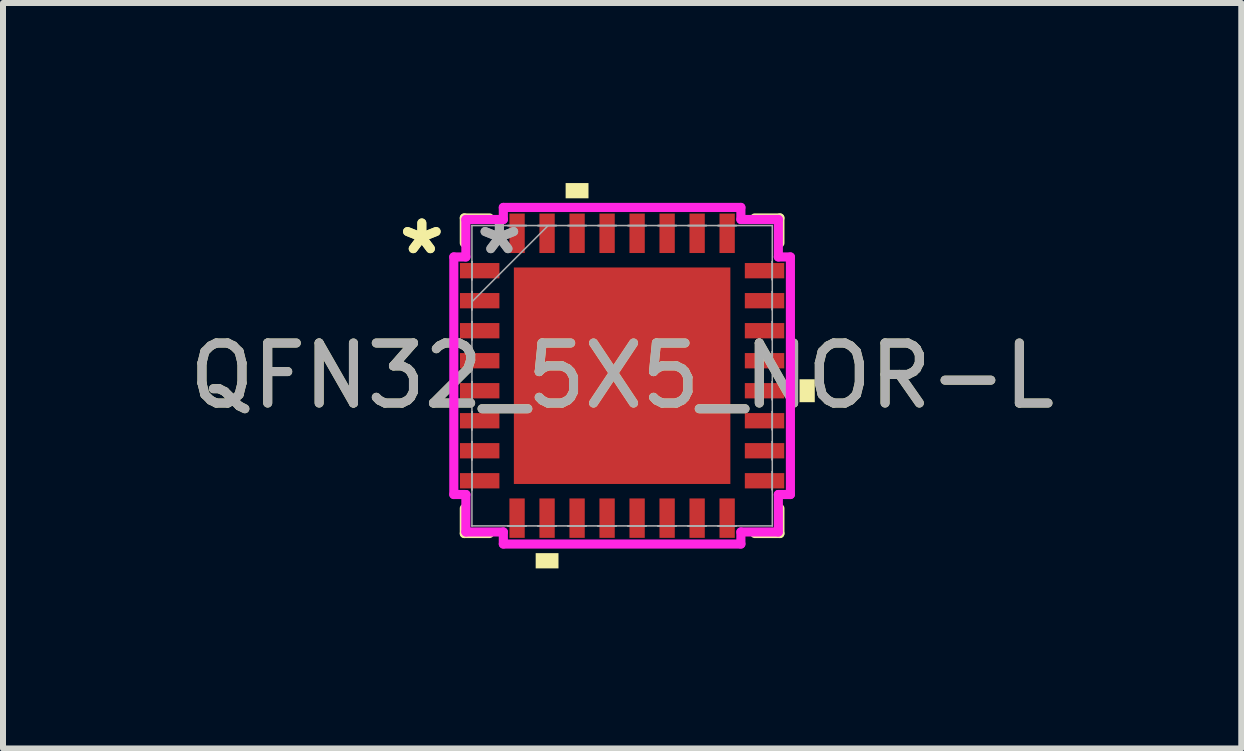
<source format=kicad_pcb>
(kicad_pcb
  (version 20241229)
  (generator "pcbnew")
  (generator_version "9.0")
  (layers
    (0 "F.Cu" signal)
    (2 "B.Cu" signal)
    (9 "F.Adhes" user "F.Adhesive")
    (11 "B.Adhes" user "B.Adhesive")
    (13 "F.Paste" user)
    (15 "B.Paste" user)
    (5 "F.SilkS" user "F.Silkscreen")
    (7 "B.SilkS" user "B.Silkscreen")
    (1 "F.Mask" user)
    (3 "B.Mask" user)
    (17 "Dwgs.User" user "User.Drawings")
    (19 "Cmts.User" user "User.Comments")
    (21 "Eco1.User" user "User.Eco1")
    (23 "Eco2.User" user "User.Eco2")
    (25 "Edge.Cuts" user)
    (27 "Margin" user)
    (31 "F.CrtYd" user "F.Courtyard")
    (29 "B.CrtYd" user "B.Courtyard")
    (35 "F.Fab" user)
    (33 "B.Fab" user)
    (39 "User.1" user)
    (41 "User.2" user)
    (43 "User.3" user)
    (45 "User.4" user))
  (footprint "QFN32_5X5_NOR-L"
    (layer "F.Cu")
    (at 7.315 3.21)
    (property "Reference" "QFN32_5X5_NOR-L" (at 0 0 0) (unlocked yes) (layer "F.SilkS") (effects (font (size 1 1) (thickness 0.15))))
    (attr smd)
    (fp_line (start -2.629 -2.629) (end -2.629 -2.21) (stroke (width 0.152) (type solid)) (layer "F.SilkS"))
    (fp_line (start -2.629 2.21) (end -2.629 2.629) (stroke (width 0.152) (type solid)) (layer "F.SilkS"))
    (fp_line (start -2.629 2.629) (end -2.21 2.629) (stroke (width 0.152) (type solid)) (layer "F.SilkS"))
    (fp_line (start -2.21 -2.629) (end -2.629 -2.629) (stroke (width 0.152) (type solid)) (layer "F.SilkS"))
    (fp_line (start 2.21 2.629) (end 2.629 2.629) (stroke (width 0.152) (type solid)) (layer "F.SilkS"))
    (fp_line (start 2.629 -2.629) (end 2.21 -2.629) (stroke (width 0.152) (type solid)) (layer "F.SilkS"))
    (fp_line (start 2.629 -2.21) (end 2.629 -2.629) (stroke (width 0.152) (type solid)) (layer "F.SilkS"))
    (fp_line (start 2.629 2.629) (end 2.629 2.21) (stroke (width 0.152) (type solid)) (layer "F.SilkS"))
    (fp_poly (pts (xy -1.44 2.956) (xy -1.44 3.21) (xy -1.06 3.21) (xy -1.06 2.956)) (stroke (width 0) (type solid)) (fill yes) (layer "F.SilkS"))
    (fp_poly (pts (xy -0.941 -2.956) (xy -0.941 -3.21) (xy -0.56 -3.21) (xy -0.56 -2.956)) (stroke (width 0) (type solid)) (fill yes) (layer "F.SilkS"))
    (fp_poly (pts (xy 3.21 0.059) (xy 3.21 0.441) (xy 2.956 0.441) (xy 2.956 0.059)) (stroke (width 0) (type solid)) (fill yes) (layer "F.SilkS"))
    (fp_poly (pts (xy -1.703 -1.703) (xy -1.703 -0.1) (xy -0.1 -0.1) (xy -0.1 -1.703)) (stroke (width 0) (type solid)) (fill yes) (layer "F.Paste"))
    (fp_poly (pts (xy -1.703 0.1) (xy -1.703 1.703) (xy -0.1 1.703) (xy -0.1 0.1)) (stroke (width 0) (type solid)) (fill yes) (layer "F.Paste"))
    (fp_poly (pts (xy 0.1 -1.703) (xy 0.1 -0.1) (xy 1.703 -0.1) (xy 1.703 -1.703)) (stroke (width 0) (type solid)) (fill yes) (layer "F.Paste"))
    (fp_poly (pts (xy 0.1 0.1) (xy 0.1 1.703) (xy 1.703 1.703) (xy 1.703 0.1)) (stroke (width 0) (type solid)) (fill yes) (layer "F.Paste"))
    (fp_line (start -2.804 -1.979) (end -2.603 -1.979) (stroke (width 0.152) (type solid)) (layer "F.CrtYd"))
    (fp_line (start -2.804 1.979) (end -2.804 -1.979) (stroke (width 0.152) (type solid)) (layer "F.CrtYd"))
    (fp_line (start -2.603 -2.603) (end -1.979 -2.603) (stroke (width 0.152) (type solid)) (layer "F.CrtYd"))
    (fp_line (start -2.603 -1.979) (end -2.603 -2.603) (stroke (width 0.152) (type solid)) (layer "F.CrtYd"))
    (fp_line (start -2.603 1.979) (end -2.804 1.979) (stroke (width 0.152) (type solid)) (layer "F.CrtYd"))
    (fp_line (start -2.603 2.603) (end -2.603 1.979) (stroke (width 0.152) (type solid)) (layer "F.CrtYd"))
    (fp_line (start -1.979 -2.804) (end 1.979 -2.804) (stroke (width 0.152) (type solid)) (layer "F.CrtYd"))
    (fp_line (start -1.979 -2.603) (end -1.979 -2.804) (stroke (width 0.152) (type solid)) (layer "F.CrtYd"))
    (fp_line (start -1.979 2.603) (end -2.603 2.603) (stroke (width 0.152) (type solid)) (layer "F.CrtYd"))
    (fp_line (start -1.979 2.804) (end -1.979 2.603) (stroke (width 0.152) (type solid)) (layer "F.CrtYd"))
    (fp_line (start 1.979 -2.804) (end 1.979 -2.603) (stroke (width 0.152) (type solid)) (layer "F.CrtYd"))
    (fp_line (start 1.979 -2.603) (end 2.603 -2.603) (stroke (width 0.152) (type solid)) (layer "F.CrtYd"))
    (fp_line (start 1.979 2.603) (end 1.979 2.804) (stroke (width 0.152) (type solid)) (layer "F.CrtYd"))
    (fp_line (start 1.979 2.804) (end -1.979 2.804) (stroke (width 0.152) (type solid)) (layer "F.CrtYd"))
    (fp_line (start 2.603 -2.603) (end 2.603 -1.979) (stroke (width 0.152) (type solid)) (layer "F.CrtYd"))
    (fp_line (start 2.603 -1.979) (end 2.804 -1.979) (stroke (width 0.152) (type solid)) (layer "F.CrtYd"))
    (fp_line (start 2.603 1.979) (end 2.603 2.603) (stroke (width 0.152) (type solid)) (layer "F.CrtYd"))
    (fp_line (start 2.603 2.603) (end 1.979 2.603) (stroke (width 0.152) (type solid)) (layer "F.CrtYd"))
    (fp_line (start 2.804 -1.979) (end 2.804 1.979) (stroke (width 0.152) (type solid)) (layer "F.CrtYd"))
    (fp_line (start 2.804 1.979) (end 2.603 1.979) (stroke (width 0.152) (type solid)) (layer "F.CrtYd"))
    (fp_line (start -2.502 -2.502) (end -2.502 -2.502) (stroke (width 0.025) (type solid)) (layer "F.Fab"))
    (fp_line (start -2.502 -2.502) (end -2.502 2.502) (stroke (width 0.025) (type solid)) (layer "F.Fab"))
    (fp_line (start -2.502 -1.902) (end -2.502 -1.902) (stroke (width 0.025) (type solid)) (layer "F.Fab"))
    (fp_line (start -2.502 -1.902) (end -2.502 -1.598) (stroke (width 0.025) (type solid)) (layer "F.Fab"))
    (fp_line (start -2.502 -1.598) (end -2.502 -1.902) (stroke (width 0.025) (type solid)) (layer "F.Fab"))
    (fp_line (start -2.502 -1.598) (end -2.502 -1.598) (stroke (width 0.025) (type solid)) (layer "F.Fab"))
    (fp_line (start -2.502 -1.402) (end -2.502 -1.402) (stroke (width 0.025) (type solid)) (layer "F.Fab"))
    (fp_line (start -2.502 -1.402) (end -2.502 -1.098) (stroke (width 0.025) (type solid)) (layer "F.Fab"))
    (fp_line (start -2.502 -1.232) (end -1.232 -2.502) (stroke (width 0.025) (type solid)) (layer "F.Fab"))
    (fp_line (start -2.502 -1.098) (end -2.502 -1.402) (stroke (width 0.025) (type solid)) (layer "F.Fab"))
    (fp_line (start -2.502 -1.098) (end -2.502 -1.098) (stroke (width 0.025) (type solid)) (layer "F.Fab"))
    (fp_line (start -2.502 -0.902) (end -2.502 -0.902) (stroke (width 0.025) (type solid)) (layer "F.Fab"))
    (fp_line (start -2.502 -0.902) (end -2.502 -0.598) (stroke (width 0.025) (type solid)) (layer "F.Fab"))
    (fp_line (start -2.502 -0.598) (end -2.502 -0.902) (stroke (width 0.025) (type solid)) (layer "F.Fab"))
    (fp_line (start -2.502 -0.598) (end -2.502 -0.598) (stroke (width 0.025) (type solid)) (layer "F.Fab"))
    (fp_line (start -2.502 -0.402) (end -2.502 -0.402) (stroke (width 0.025) (type solid)) (layer "F.Fab"))
    (fp_line (start -2.502 -0.402) (end -2.502 -0.098) (stroke (width 0.025) (type solid)) (layer "F.Fab"))
    (fp_line (start -2.502 -0.098) (end -2.502 -0.402) (stroke (width 0.025) (type solid)) (layer "F.Fab"))
    (fp_line (start -2.502 -0.098) (end -2.502 -0.098) (stroke (width 0.025) (type solid)) (layer "F.Fab"))
    (fp_line (start -2.502 0.098) (end -2.502 0.098) (stroke (width 0.025) (type solid)) (layer "F.Fab"))
    (fp_line (start -2.502 0.098) (end -2.502 0.402) (stroke (width 0.025) (type solid)) (layer "F.Fab"))
    (fp_line (start -2.502 0.402) (end -2.502 0.098) (stroke (width 0.025) (type solid)) (layer "F.Fab"))
    (fp_line (start -2.502 0.402) (end -2.502 0.402) (stroke (width 0.025) (type solid)) (layer "F.Fab"))
    (fp_line (start -2.502 0.598) (end -2.502 0.598) (stroke (width 0.025) (type solid)) (layer "F.Fab"))
    (fp_line (start -2.502 0.598) (end -2.502 0.902) (stroke (width 0.025) (type solid)) (layer "F.Fab"))
    (fp_line (start -2.502 0.902) (end -2.502 0.598) (stroke (width 0.025) (type solid)) (layer "F.Fab"))
    (fp_line (start -2.502 0.902) (end -2.502 0.902) (stroke (width 0.025) (type solid)) (layer "F.Fab"))
    (fp_line (start -2.502 1.098) (end -2.502 1.098) (stroke (width 0.025) (type solid)) (layer "F.Fab"))
    (fp_line (start -2.502 1.098) (end -2.502 1.402) (stroke (width 0.025) (type solid)) (layer "F.Fab"))
    (fp_line (start -2.502 1.402) (end -2.502 1.098) (stroke (width 0.025) (type solid)) (layer "F.Fab"))
    (fp_line (start -2.502 1.402) (end -2.502 1.402) (stroke (width 0.025) (type solid)) (layer "F.Fab"))
    (fp_line (start -2.502 1.598) (end -2.502 1.598) (stroke (width 0.025) (type solid)) (layer "F.Fab"))
    (fp_line (start -2.502 1.598) (end -2.502 1.902) (stroke (width 0.025) (type solid)) (layer "F.Fab"))
    (fp_line (start -2.502 1.902) (end -2.502 1.598) (stroke (width 0.025) (type solid)) (layer "F.Fab"))
    (fp_line (start -2.502 1.902) (end -2.502 1.902) (stroke (width 0.025) (type solid)) (layer "F.Fab"))
    (fp_line (start -2.502 2.502) (end -2.502 2.502) (stroke (width 0.025) (type solid)) (layer "F.Fab"))
    (fp_line (start -2.502 2.502) (end 2.502 2.502) (stroke (width 0.025) (type solid)) (layer "F.Fab"))
    (fp_line (start -1.902 -2.502) (end -1.902 -2.502) (stroke (width 0.025) (type solid)) (layer "F.Fab"))
    (fp_line (start -1.902 -2.502) (end -1.598 -2.502) (stroke (width 0.025) (type solid)) (layer "F.Fab"))
    (fp_line (start -1.902 2.502) (end -1.902 2.502) (stroke (width 0.025) (type solid)) (layer "F.Fab"))
    (fp_line (start -1.902 2.502) (end -1.598 2.502) (stroke (width 0.025) (type solid)) (layer "F.Fab"))
    (fp_line (start -1.598 -2.502) (end -1.902 -2.502) (stroke (width 0.025) (type solid)) (layer "F.Fab"))
    (fp_line (start -1.598 -2.502) (end -1.598 -2.502) (stroke (width 0.025) (type solid)) (layer "F.Fab"))
    (fp_line (start -1.598 2.502) (end -1.902 2.502) (stroke (width 0.025) (type solid)) (layer "F.Fab"))
    (fp_line (start -1.598 2.502) (end -1.598 2.502) (stroke (width 0.025) (type solid)) (layer "F.Fab"))
    (fp_line (start -1.402 -2.502) (end -1.402 -2.502) (stroke (width 0.025) (type solid)) (layer "F.Fab"))
    (fp_line (start -1.402 -2.502) (end -1.098 -2.502) (stroke (width 0.025) (type solid)) (layer "F.Fab"))
    (fp_line (start -1.402 2.502) (end -1.402 2.502) (stroke (width 0.025) (type solid)) (layer "F.Fab"))
    (fp_line (start -1.402 2.502) (end -1.098 2.502) (stroke (width 0.025) (type solid)) (layer "F.Fab"))
    (fp_line (start -1.098 -2.502) (end -1.402 -2.502) (stroke (width 0.025) (type solid)) (layer "F.Fab"))
    (fp_line (start -1.098 -2.502) (end -1.098 -2.502) (stroke (width 0.025) (type solid)) (layer "F.Fab"))
    (fp_line (start -1.098 2.502) (end -1.402 2.502) (stroke (width 0.025) (type solid)) (layer "F.Fab"))
    (fp_line (start -1.098 2.502) (end -1.098 2.502) (stroke (width 0.025) (type solid)) (layer "F.Fab"))
    (fp_line (start -0.902 -2.502) (end -0.902 -2.502) (stroke (width 0.025) (type solid)) (layer "F.Fab"))
    (fp_line (start -0.902 -2.502) (end -0.598 -2.502) (stroke (width 0.025) (type solid)) (layer "F.Fab"))
    (fp_line (start -0.902 2.502) (end -0.902 2.502) (stroke (width 0.025) (type solid)) (layer "F.Fab"))
    (fp_line (start -0.902 2.502) (end -0.598 2.502) (stroke (width 0.025) (type solid)) (layer "F.Fab"))
    (fp_line (start -0.598 -2.502) (end -0.902 -2.502) (stroke (width 0.025) (type solid)) (layer "F.Fab"))
    (fp_line (start -0.598 -2.502) (end -0.598 -2.502) (stroke (width 0.025) (type solid)) (layer "F.Fab"))
    (fp_line (start -0.598 2.502) (end -0.902 2.502) (stroke (width 0.025) (type solid)) (layer "F.Fab"))
    (fp_line (start -0.598 2.502) (end -0.598 2.502) (stroke (width 0.025) (type solid)) (layer "F.Fab"))
    (fp_line (start -0.402 -2.502) (end -0.402 -2.502) (stroke (width 0.025) (type solid)) (layer "F.Fab"))
    (fp_line (start -0.402 -2.502) (end -0.098 -2.502) (stroke (width 0.025) (type solid)) (layer "F.Fab"))
    (fp_line (start -0.402 2.502) (end -0.402 2.502) (stroke (width 0.025) (type solid)) (layer "F.Fab"))
    (fp_line (start -0.402 2.502) (end -0.098 2.502) (stroke (width 0.025) (type solid)) (layer "F.Fab"))
    (fp_line (start -0.098 -2.502) (end -0.402 -2.502) (stroke (width 0.025) (type solid)) (layer "F.Fab"))
    (fp_line (start -0.098 -2.502) (end -0.098 -2.502) (stroke (width 0.025) (type solid)) (layer "F.Fab"))
    (fp_line (start -0.098 2.502) (end -0.402 2.502) (stroke (width 0.025) (type solid)) (layer "F.Fab"))
    (fp_line (start -0.098 2.502) (end -0.098 2.502) (stroke (width 0.025) (type solid)) (layer "F.Fab"))
    (fp_line (start 0.098 -2.502) (end 0.098 -2.502) (stroke (width 0.025) (type solid)) (layer "F.Fab"))
    (fp_line (start 0.098 -2.502) (end 0.402 -2.502) (stroke (width 0.025) (type solid)) (layer "F.Fab"))
    (fp_line (start 0.098 2.502) (end 0.098 2.502) (stroke (width 0.025) (type solid)) (layer "F.Fab"))
    (fp_line (start 0.098 2.502) (end 0.402 2.502) (stroke (width 0.025) (type solid)) (layer "F.Fab"))
    (fp_line (start 0.402 -2.502) (end 0.098 -2.502) (stroke (width 0.025) (type solid)) (layer "F.Fab"))
    (fp_line (start 0.402 -2.502) (end 0.402 -2.502) (stroke (width 0.025) (type solid)) (layer "F.Fab"))
    (fp_line (start 0.402 2.502) (end 0.098 2.502) (stroke (width 0.025) (type solid)) (layer "F.Fab"))
    (fp_line (start 0.402 2.502) (end 0.402 2.502) (stroke (width 0.025) (type solid)) (layer "F.Fab"))
    (fp_line (start 0.598 -2.502) (end 0.598 -2.502) (stroke (width 0.025) (type solid)) (layer "F.Fab"))
    (fp_line (start 0.598 -2.502) (end 0.902 -2.502) (stroke (width 0.025) (type solid)) (layer "F.Fab"))
    (fp_line (start 0.598 2.502) (end 0.598 2.502) (stroke (width 0.025) (type solid)) (layer "F.Fab"))
    (fp_line (start 0.598 2.502) (end 0.902 2.502) (stroke (width 0.025) (type solid)) (layer "F.Fab"))
    (fp_line (start 0.902 -2.502) (end 0.598 -2.502) (stroke (width 0.025) (type solid)) (layer "F.Fab"))
    (fp_line (start 0.902 -2.502) (end 0.902 -2.502) (stroke (width 0.025) (type solid)) (layer "F.Fab"))
    (fp_line (start 0.902 2.502) (end 0.598 2.502) (stroke (width 0.025) (type solid)) (layer "F.Fab"))
    (fp_line (start 0.902 2.502) (end 0.902 2.502) (stroke (width 0.025) (type solid)) (layer "F.Fab"))
    (fp_line (start 1.098 -2.502) (end 1.098 -2.502) (stroke (width 0.025) (type solid)) (layer "F.Fab"))
    (fp_line (start 1.098 -2.502) (end 1.402 -2.502) (stroke (width 0.025) (type solid)) (layer "F.Fab"))
    (fp_line (start 1.098 2.502) (end 1.098 2.502) (stroke (width 0.025) (type solid)) (layer "F.Fab"))
    (fp_line (start 1.098 2.502) (end 1.402 2.502) (stroke (width 0.025) (type solid)) (layer "F.Fab"))
    (fp_line (start 1.402 -2.502) (end 1.098 -2.502) (stroke (width 0.025) (type solid)) (layer "F.Fab"))
    (fp_line (start 1.402 -2.502) (end 1.402 -2.502) (stroke (width 0.025) (type solid)) (layer "F.Fab"))
    (fp_line (start 1.402 2.502) (end 1.098 2.502) (stroke (width 0.025) (type solid)) (layer "F.Fab"))
    (fp_line (start 1.402 2.502) (end 1.402 2.502) (stroke (width 0.025) (type solid)) (layer "F.Fab"))
    (fp_line (start 1.598 -2.502) (end 1.598 -2.502) (stroke (width 0.025) (type solid)) (layer "F.Fab"))
    (fp_line (start 1.598 -2.502) (end 1.902 -2.502) (stroke (width 0.025) (type solid)) (layer "F.Fab"))
    (fp_line (start 1.598 2.502) (end 1.598 2.502) (stroke (width 0.025) (type solid)) (layer "F.Fab"))
    (fp_line (start 1.598 2.502) (end 1.902 2.502) (stroke (width 0.025) (type solid)) (layer "F.Fab"))
    (fp_line (start 1.902 -2.502) (end 1.598 -2.502) (stroke (width 0.025) (type solid)) (layer "F.Fab"))
    (fp_line (start 1.902 -2.502) (end 1.902 -2.502) (stroke (width 0.025) (type solid)) (layer "F.Fab"))
    (fp_line (start 1.902 2.502) (end 1.598 2.502) (stroke (width 0.025) (type solid)) (layer "F.Fab"))
    (fp_line (start 1.902 2.502) (end 1.902 2.502) (stroke (width 0.025) (type solid)) (layer "F.Fab"))
    (fp_line (start 2.502 -2.502) (end -2.502 -2.502) (stroke (width 0.025) (type solid)) (layer "F.Fab"))
    (fp_line (start 2.502 -2.502) (end 2.502 -2.502) (stroke (width 0.025) (type solid)) (layer "F.Fab"))
    (fp_line (start 2.502 -1.902) (end 2.502 -1.902) (stroke (width 0.025) (type solid)) (layer "F.Fab"))
    (fp_line (start 2.502 -1.902) (end 2.502 -1.598) (stroke (width 0.025) (type solid)) (layer "F.Fab"))
    (fp_line (start 2.502 -1.598) (end 2.502 -1.902) (stroke (width 0.025) (type solid)) (layer "F.Fab"))
    (fp_line (start 2.502 -1.598) (end 2.502 -1.598) (stroke (width 0.025) (type solid)) (layer "F.Fab"))
    (fp_line (start 2.502 -1.402) (end 2.502 -1.402) (stroke (width 0.025) (type solid)) (layer "F.Fab"))
    (fp_line (start 2.502 -1.402) (end 2.502 -1.098) (stroke (width 0.025) (type solid)) (layer "F.Fab"))
    (fp_line (start 2.502 -1.098) (end 2.502 -1.402) (stroke (width 0.025) (type solid)) (layer "F.Fab"))
    (fp_line (start 2.502 -1.098) (end 2.502 -1.098) (stroke (width 0.025) (type solid)) (layer "F.Fab"))
    (fp_line (start 2.502 -0.902) (end 2.502 -0.902) (stroke (width 0.025) (type solid)) (layer "F.Fab"))
    (fp_line (start 2.502 -0.902) (end 2.502 -0.598) (stroke (width 0.025) (type solid)) (layer "F.Fab"))
    (fp_line (start 2.502 -0.598) (end 2.502 -0.902) (stroke (width 0.025) (type solid)) (layer "F.Fab"))
    (fp_line (start 2.502 -0.598) (end 2.502 -0.598) (stroke (width 0.025) (type solid)) (layer "F.Fab"))
    (fp_line (start 2.502 -0.402) (end 2.502 -0.402) (stroke (width 0.025) (type solid)) (layer "F.Fab"))
    (fp_line (start 2.502 -0.402) (end 2.502 -0.098) (stroke (width 0.025) (type solid)) (layer "F.Fab"))
    (fp_line (start 2.502 -0.098) (end 2.502 -0.402) (stroke (width 0.025) (type solid)) (layer "F.Fab"))
    (fp_line (start 2.502 -0.098) (end 2.502 -0.098) (stroke (width 0.025) (type solid)) (layer "F.Fab"))
    (fp_line (start 2.502 0.098) (end 2.502 0.098) (stroke (width 0.025) (type solid)) (layer "F.Fab"))
    (fp_line (start 2.502 0.098) (end 2.502 0.402) (stroke (width 0.025) (type solid)) (layer "F.Fab"))
    (fp_line (start 2.502 0.402) (end 2.502 0.098) (stroke (width 0.025) (type solid)) (layer "F.Fab"))
    (fp_line (start 2.502 0.402) (end 2.502 0.402) (stroke (width 0.025) (type solid)) (layer "F.Fab"))
    (fp_line (start 2.502 0.598) (end 2.502 0.598) (stroke (width 0.025) (type solid)) (layer "F.Fab"))
    (fp_line (start 2.502 0.598) (end 2.502 0.902) (stroke (width 0.025) (type solid)) (layer "F.Fab"))
    (fp_line (start 2.502 0.902) (end 2.502 0.598) (stroke (width 0.025) (type solid)) (layer "F.Fab"))
    (fp_line (start 2.502 0.902) (end 2.502 0.902) (stroke (width 0.025) (type solid)) (layer "F.Fab"))
    (fp_line (start 2.502 1.098) (end 2.502 1.098) (stroke (width 0.025) (type solid)) (layer "F.Fab"))
    (fp_line (start 2.502 1.098) (end 2.502 1.402) (stroke (width 0.025) (type solid)) (layer "F.Fab"))
    (fp_line (start 2.502 1.402) (end 2.502 1.098) (stroke (width 0.025) (type solid)) (layer "F.Fab"))
    (fp_line (start 2.502 1.402) (end 2.502 1.402) (stroke (width 0.025) (type solid)) (layer "F.Fab"))
    (fp_line (start 2.502 1.598) (end 2.502 1.598) (stroke (width 0.025) (type solid)) (layer "F.Fab"))
    (fp_line (start 2.502 1.598) (end 2.502 1.902) (stroke (width 0.025) (type solid)) (layer "F.Fab"))
    (fp_line (start 2.502 1.902) (end 2.502 1.598) (stroke (width 0.025) (type solid)) (layer "F.Fab"))
    (fp_line (start 2.502 1.902) (end 2.502 1.902) (stroke (width 0.025) (type solid)) (layer "F.Fab"))
    (fp_line (start 2.502 2.502) (end 2.502 -2.502) (stroke (width 0.025) (type solid)) (layer "F.Fab"))
    (fp_line (start 2.502 2.502) (end 2.502 2.502) (stroke (width 0.025) (type solid)) (layer "F.Fab"))
    (fp_text user "*" (at -3.337 -2 0) (layer "F.SilkS") (effects (font (size 1 1) (thickness 0.15))))
    (fp_text user "*" (at -3.337 -2 0) (unlocked yes) (layer "F.SilkS") (effects (font (size 1 1) (thickness 0.15))))
    (fp_text user "*" (at -2.045 -2 0) (unlocked yes) (layer "F.Fab") (effects (font (size 1 1) (thickness 0.15))))
    (fp_text user "${REFERENCE}" (at 0 0 0) (unlocked yes) (layer "F.Fab") (effects (font (size 1 1) (thickness 0.15))))
    (fp_text user "*" (at -2.045 -2 0) (layer "F.Fab") (effects (font (size 1 1) (thickness 0.15))))
    (pad "1" smd rect (at -2.373 -1.75 90) (size 0.255 0.657) (layers "F.Cu" "F.Mask" "F.Paste"))
    (pad "2" smd rect (at -2.373 -1.25 90) (size 0.255 0.657) (layers "F.Cu" "F.Mask" "F.Paste"))
    (pad "3" smd rect (at -2.373 -0.75 90) (size 0.255 0.657) (layers "F.Cu" "F.Mask" "F.Paste"))
    (pad "4" smd rect (at -2.373 -0.25 90) (size 0.255 0.657) (layers "F.Cu" "F.Mask" "F.Paste"))
    (pad "5" smd rect (at -2.373 0.25 90) (size 0.255 0.657) (layers "F.Cu" "F.Mask" "F.Paste"))
    (pad "6" smd rect (at -2.373 0.75 90) (size 0.255 0.657) (layers "F.Cu" "F.Mask" "F.Paste"))
    (pad "7" smd rect (at -2.373 1.25 90) (size 0.255 0.657) (layers "F.Cu" "F.Mask" "F.Paste"))
    (pad "8" smd rect (at -2.373 1.75 90) (size 0.255 0.657) (layers "F.Cu" "F.Mask" "F.Paste"))
    (pad "9" smd rect (at -1.75 2.373) (size 0.255 0.657) (layers "F.Cu" "F.Mask" "F.Paste"))
    (pad "10" smd rect (at -1.25 2.373) (size 0.255 0.657) (layers "F.Cu" "F.Mask" "F.Paste"))
    (pad "11" smd rect (at -0.75 2.373) (size 0.255 0.657) (layers "F.Cu" "F.Mask" "F.Paste"))
    (pad "12" smd rect (at -0.25 2.373) (size 0.255 0.657) (layers "F.Cu" "F.Mask" "F.Paste"))
    (pad "13" smd rect (at 0.25 2.373) (size 0.255 0.657) (layers "F.Cu" "F.Mask" "F.Paste"))
    (pad "14" smd rect (at 0.75 2.373) (size 0.255 0.657) (layers "F.Cu" "F.Mask" "F.Paste"))
    (pad "15" smd rect (at 1.25 2.373) (size 0.255 0.657) (layers "F.Cu" "F.Mask" "F.Paste"))
    (pad "16" smd rect (at 1.75 2.373) (size 0.255 0.657) (layers "F.Cu" "F.Mask" "F.Paste"))
    (pad "17" smd rect (at 2.373 1.75 90) (size 0.255 0.657) (layers "F.Cu" "F.Mask" "F.Paste"))
    (pad "18" smd rect (at 2.373 1.25 90) (size 0.255 0.657) (layers "F.Cu" "F.Mask" "F.Paste"))
    (pad "19" smd rect (at 2.373 0.75 90) (size 0.255 0.657) (layers "F.Cu" "F.Mask" "F.Paste"))
    (pad "20" smd rect (at 2.373 0.25 90) (size 0.255 0.657) (layers "F.Cu" "F.Mask" "F.Paste"))
    (pad "21" smd rect (at 2.373 -0.25 90) (size 0.255 0.657) (layers "F.Cu" "F.Mask" "F.Paste"))
    (pad "22" smd rect (at 2.373 -0.75 90) (size 0.255 0.657) (layers "F.Cu" "F.Mask" "F.Paste"))
    (pad "23" smd rect (at 2.373 -1.25 90) (size 0.255 0.657) (layers "F.Cu" "F.Mask" "F.Paste"))
    (pad "24" smd rect (at 2.373 -1.75 90) (size 0.255 0.657) (layers "F.Cu" "F.Mask" "F.Paste"))
    (pad "25" smd rect (at 1.75 -2.373) (size 0.255 0.657) (layers "F.Cu" "F.Mask" "F.Paste"))
    (pad "26" smd rect (at 1.25 -2.373) (size 0.255 0.657) (layers "F.Cu" "F.Mask" "F.Paste"))
    (pad "27" smd rect (at 0.75 -2.373) (size 0.255 0.657) (layers "F.Cu" "F.Mask" "F.Paste"))
    (pad "28" smd rect (at 0.25 -2.373) (size 0.255 0.657) (layers "F.Cu" "F.Mask" "F.Paste"))
    (pad "29" smd rect (at -0.25 -2.373) (size 0.255 0.657) (layers "F.Cu" "F.Mask" "F.Paste"))
    (pad "30" smd rect (at -0.75 -2.373) (size 0.255 0.657) (layers "F.Cu" "F.Mask" "F.Paste"))
    (pad "31" smd rect (at -1.25 -2.373) (size 0.255 0.657) (layers "F.Cu" "F.Mask" "F.Paste"))
    (pad "32" smd rect (at -1.75 -2.373) (size 0.255 0.657) (layers "F.Cu" "F.Mask" "F.Paste"))
    (pad "33" smd rect (at 0 0) (size 3.607 3.607) (layers "F.Cu" "F.Mask" "F.Paste")))
  (gr_rect
    (start -3 -3)
    (end 17.631 9.42)
    (stroke (width 0.1) (type default))
    (fill no)
    (layer "Edge.Cuts")))
</source>
